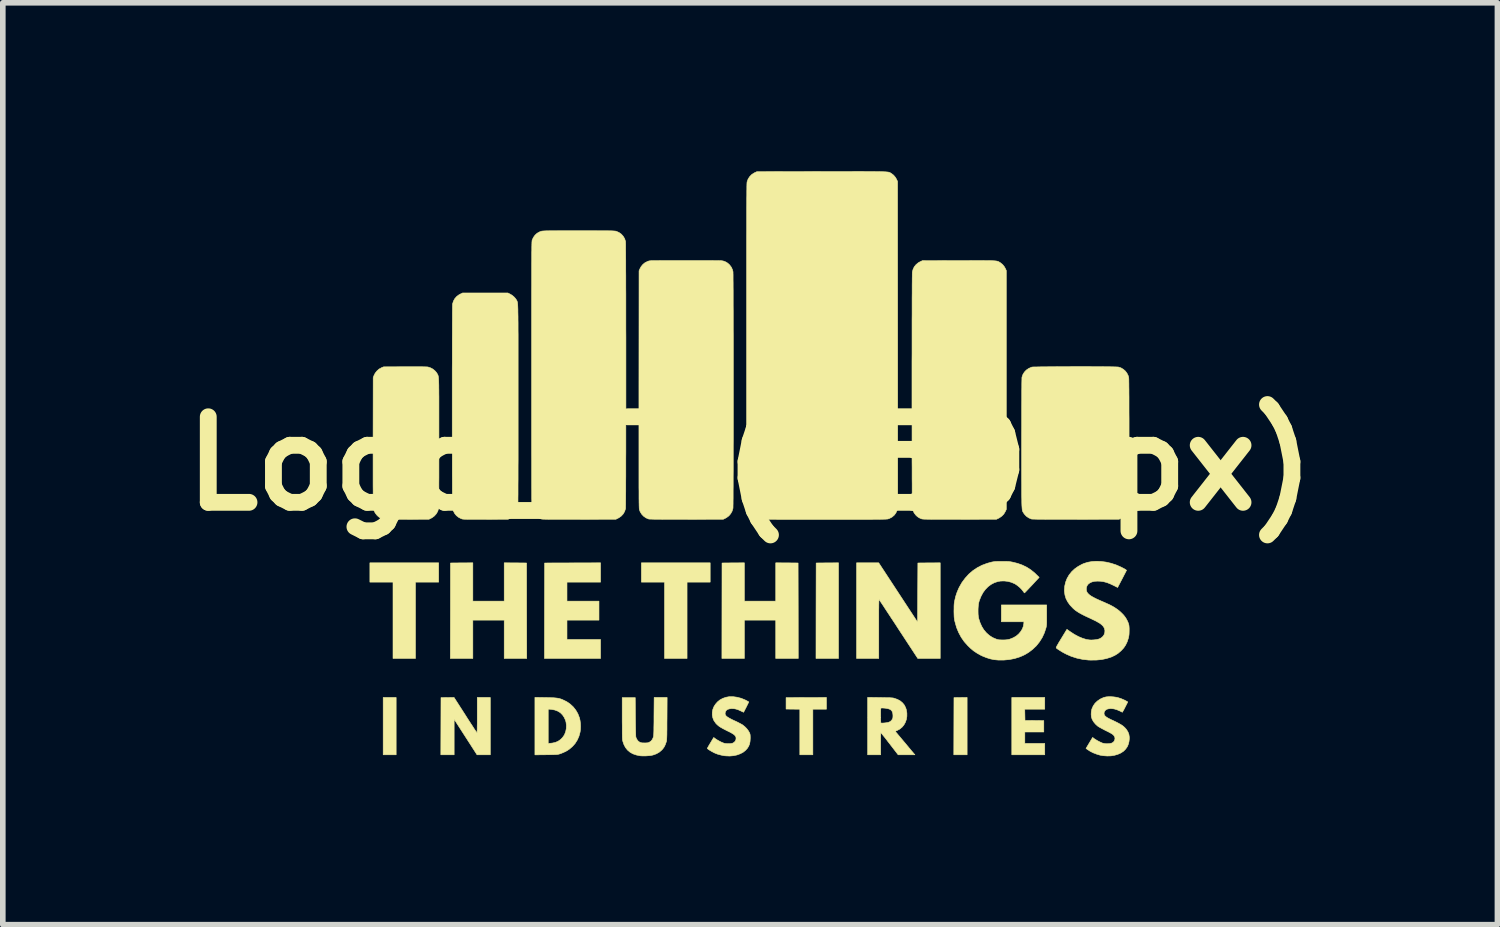
<source format=kicad_pcb>
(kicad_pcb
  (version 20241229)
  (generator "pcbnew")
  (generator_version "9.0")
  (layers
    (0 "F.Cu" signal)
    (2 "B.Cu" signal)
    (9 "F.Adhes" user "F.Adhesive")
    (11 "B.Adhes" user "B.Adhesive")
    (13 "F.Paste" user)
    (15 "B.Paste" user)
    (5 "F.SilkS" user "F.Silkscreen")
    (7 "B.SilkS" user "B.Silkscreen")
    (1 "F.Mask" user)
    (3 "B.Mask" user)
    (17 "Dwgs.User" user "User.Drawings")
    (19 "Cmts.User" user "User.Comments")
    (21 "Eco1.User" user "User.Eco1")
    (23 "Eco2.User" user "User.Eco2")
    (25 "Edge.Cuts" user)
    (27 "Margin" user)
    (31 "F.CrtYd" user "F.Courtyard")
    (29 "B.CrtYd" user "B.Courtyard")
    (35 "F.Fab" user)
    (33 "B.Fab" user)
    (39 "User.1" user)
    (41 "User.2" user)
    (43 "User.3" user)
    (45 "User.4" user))
  (footprint "Logo_TTI(4500px)"
    (layer "F.Cu")
    (at 10.312 5.209)
    (property "Reference" "Logo_TTI(4500px)" (at 0 0 0) (layer "F.SilkS") (effects (font (size 1.524 1.524) (thickness 0.3))))
    (attr through_hole)
    (fp_poly (pts (xy -6.305 5.187) (xy -6.536 5.187) (xy -6.536 4.166) (xy -6.305 4.166) (xy -6.305 5.187)) (stroke (width 0.01) (type solid)) (fill yes) (layer "F.SilkS"))
    (fp_poly (pts (xy 3.866 5.187) (xy 3.629 5.187) (xy 3.632 4.168) (xy 3.866 4.165) (xy 3.866 5.187)) (stroke (width 0.01) (type solid)) (fill yes) (layer "F.SilkS"))
    (fp_poly (pts (xy 1.575 3.471) (xy 1.174 3.471) (xy 1.175 2.62) (xy 1.177 1.77) (xy 1.376 1.768) (xy 1.575 1.767) (xy 1.575 3.471)) (stroke (width 0.01) (type solid)) (fill yes) (layer "F.SilkS"))
    (fp_poly (pts (xy -5.548 2.111) (xy -5.961 2.111) (xy -5.961 3.471) (xy -6.361 3.471) (xy -6.361 2.111) (xy -6.773 2.111) (xy -6.773 1.767) (xy -5.548 1.767) (xy -5.548 2.111)) (stroke (width 0.01) (type solid)) (fill yes) (layer "F.SilkS"))
    (fp_poly (pts (xy -0.711 2.111) (xy -1.123 2.111) (xy -1.123 3.471) (xy -1.524 3.471) (xy -1.524 2.111) (xy -1.936 2.111) (xy -1.936 1.767) (xy -0.711 1.767) (xy -0.711 2.111)) (stroke (width 0.01) (type solid)) (fill yes) (layer "F.SilkS"))
    (fp_poly (pts (xy 1.36 4.374) (xy 1.118 4.374) (xy 1.118 5.187) (xy 0.886 5.187) (xy 0.886 4.375) (xy 0.641 4.372) (xy 0.641 4.168) (xy 1 4.167) (xy 1.36 4.166) (xy 1.36 4.374)) (stroke (width 0.01) (type solid)) (fill yes) (layer "F.SilkS"))
    (fp_poly (pts (xy -2.664 2.111) (xy -3.262 2.111) (xy -3.262 2.45) (xy -2.692 2.45) (xy -2.692 2.788) (xy -3.262 2.788) (xy -3.262 3.133) (xy -2.664 3.133) (xy -2.664 3.471) (xy -3.663 3.471) (xy -3.662 2.62) (xy -3.66 1.77) (xy -2.664 1.767) (xy -2.664 2.111)) (stroke (width 0.01) (type solid)) (fill yes) (layer "F.SilkS"))
    (fp_poly (pts (xy 5.249 4.374) (xy 4.893 4.374) (xy 4.897 4.575) (xy 5.064 4.576) (xy 5.232 4.578) (xy 5.232 4.781) (xy 4.894 4.781) (xy 4.894 4.984) (xy 5.249 4.984) (xy 5.249 5.187) (xy 4.662 5.187) (xy 4.662 4.166) (xy 5.249 4.166) (xy 5.249 4.374)) (stroke (width 0.01) (type solid)) (fill yes) (layer "F.SilkS"))
    (fp_poly (pts (xy -4.181 1.768) (xy -3.982 1.77) (xy -3.981 2.62) (xy -3.979 3.471) (xy -4.38 3.471) (xy -4.38 2.788) (xy -4.939 2.788) (xy -4.939 3.471) (xy -5.34 3.471) (xy -5.338 2.62) (xy -5.337 1.77) (xy -5.138 1.768) (xy -4.939 1.767) (xy -4.939 2.45) (xy -4.38 2.45) (xy -4.38 1.767) (xy -4.181 1.768)) (stroke (width 0.01) (type solid)) (fill yes) (layer "F.SilkS"))
    (fp_poly (pts (xy 0.656 1.768) (xy 0.855 1.77) (xy 0.857 2.62) (xy 0.858 3.471) (xy 0.457 3.471) (xy 0.457 2.788) (xy -0.102 2.788) (xy -0.102 3.471) (xy -0.502 3.471) (xy -0.501 2.62) (xy -0.5 1.77) (xy -0.301 1.768) (xy -0.102 1.767) (xy -0.102 2.45) (xy 0.457 2.45) (xy 0.457 1.767) (xy 0.656 1.768)) (stroke (width 0.01) (type solid)) (fill yes) (layer "F.SilkS"))
    (fp_poly (pts (xy -5.071 4.481) (xy -5.037 4.535) (xy -5.004 4.586) (xy -4.973 4.634) (xy -4.945 4.676) (xy -4.921 4.714) (xy -4.9 4.746) (xy -4.883 4.77) (xy -4.871 4.788) (xy -4.865 4.797) (xy -4.864 4.798) (xy -4.863 4.792) (xy -4.863 4.776) (xy -4.862 4.751) (xy -4.861 4.718) (xy -4.861 4.678) (xy -4.86 4.631) (xy -4.86 4.579) (xy -4.86 4.523) (xy -4.86 4.482) (xy -4.86 4.166) (xy -4.628 4.166) (xy -4.628 5.187) (xy -4.864 5.187) (xy -5.272 4.553) (xy -5.272 5.187) (xy -5.509 5.187) (xy -5.506 4.168) (xy -5.39 4.167) (xy -5.274 4.165) (xy -5.071 4.481)) (stroke (width 0.01) (type solid)) (fill yes) (layer "F.SilkS"))
    (fp_poly (pts (xy 3.387 3.471) (xy 2.988 3.471) (xy 2.647 2.951) (xy 2.602 2.881) (xy 2.558 2.814) (xy 2.516 2.751) (xy 2.477 2.691) (xy 2.44 2.635) (xy 2.407 2.585) (xy 2.378 2.54) (xy 2.352 2.501) (xy 2.331 2.47) (xy 2.315 2.445) (xy 2.305 2.429) (xy 2.299 2.422) (xy 2.299 2.422) (xy 2.298 2.422) (xy 2.297 2.425) (xy 2.296 2.433) (xy 2.295 2.446) (xy 2.294 2.464) (xy 2.294 2.488) (xy 2.293 2.518) (xy 2.293 2.556) (xy 2.292 2.602) (xy 2.292 2.656) (xy 2.292 2.719) (xy 2.292 2.791) (xy 2.292 2.874) (xy 2.292 2.942) (xy 2.292 3.471) (xy 1.897 3.471) (xy 1.897 1.767) (xy 2.291 1.767) (xy 2.637 2.295) (xy 2.983 2.823) (xy 2.986 2.296) (xy 2.989 1.77) (xy 3.188 1.768) (xy 3.387 1.767) (xy 3.387 3.471)) (stroke (width 0.01) (type solid)) (fill yes) (layer "F.SilkS"))
    (fp_poly (pts (xy -3.648 4.167) (xy -3.589 4.168) (xy -3.541 4.17) (xy -3.501 4.171) (xy -3.467 4.174) (xy -3.439 4.177) (xy -3.415 4.181) (xy -3.393 4.186) (xy -3.371 4.193) (xy -3.349 4.201) (xy -3.336 4.207) (xy -3.266 4.241) (xy -3.204 4.284) (xy -3.15 4.334) (xy -3.105 4.391) (xy -3.068 4.455) (xy -3.041 4.525) (xy -3.039 4.53) (xy -3.029 4.575) (xy -3.022 4.628) (xy -3.02 4.682) (xy -3.022 4.735) (xy -3.028 4.781) (xy -3.048 4.855) (xy -3.078 4.923) (xy -3.117 4.985) (xy -3.165 5.039) (xy -3.221 5.087) (xy -3.284 5.127) (xy -3.355 5.158) (xy -3.385 5.169) (xy -3.398 5.173) (xy -3.41 5.176) (xy -3.422 5.179) (xy -3.436 5.181) (xy -3.452 5.182) (xy -3.472 5.183) (xy -3.498 5.184) (xy -3.53 5.185) (xy -3.571 5.185) (xy -3.622 5.186) (xy -3.634 5.186) (xy -3.833 5.188) (xy -3.833 4.985) (xy -3.596 4.985) (xy -3.552 4.981) (xy -3.524 4.978) (xy -3.494 4.972) (xy -3.471 4.967) (xy -3.423 4.947) (xy -3.38 4.918) (xy -3.342 4.881) (xy -3.311 4.837) (xy -3.305 4.826) (xy -3.285 4.774) (xy -3.274 4.719) (xy -3.272 4.661) (xy -3.279 4.605) (xy -3.287 4.575) (xy -3.311 4.521) (xy -3.342 4.475) (xy -3.38 4.437) (xy -3.426 4.409) (xy -3.479 4.389) (xy -3.538 4.378) (xy -3.548 4.377) (xy -3.596 4.373) (xy -3.596 4.985) (xy -3.833 4.985) (xy -3.833 4.164) (xy -3.648 4.167)) (stroke (width 0.01) (type solid)) (fill yes) (layer "F.SilkS"))
    (fp_poly (pts (xy -1.48 4.542) (xy -1.481 4.617) (xy -1.481 4.681) (xy -1.481 4.736) (xy -1.482 4.782) (xy -1.482 4.821) (xy -1.483 4.852) (xy -1.484 4.878) (xy -1.485 4.898) (xy -1.486 4.914) (xy -1.487 4.927) (xy -1.488 4.938) (xy -1.49 4.946) (xy -1.492 4.955) (xy -1.494 4.959) (xy -1.511 5.007) (xy -1.531 5.048) (xy -1.558 5.085) (xy -1.576 5.104) (xy -1.618 5.14) (xy -1.669 5.169) (xy -1.727 5.19) (xy -1.748 5.195) (xy -1.78 5.201) (xy -1.819 5.204) (xy -1.862 5.207) (xy -1.904 5.207) (xy -1.942 5.206) (xy -1.961 5.204) (xy -2.029 5.19) (xy -2.089 5.169) (xy -2.141 5.139) (xy -2.184 5.102) (xy -2.22 5.057) (xy -2.248 5.003) (xy -2.267 4.947) (xy -2.269 4.939) (xy -2.271 4.929) (xy -2.273 4.919) (xy -2.274 4.905) (xy -2.275 4.888) (xy -2.276 4.867) (xy -2.276 4.841) (xy -2.277 4.809) (xy -2.277 4.77) (xy -2.277 4.722) (xy -2.277 4.667) (xy -2.278 4.601) (xy -2.278 4.538) (xy -2.278 4.168) (xy -2.046 4.168) (xy -2.043 4.513) (xy -2.042 4.593) (xy -2.041 4.662) (xy -2.04 4.72) (xy -2.039 4.769) (xy -2.038 4.808) (xy -2.037 4.838) (xy -2.036 4.86) (xy -2.034 4.873) (xy -2.033 4.877) (xy -2.017 4.912) (xy -1.995 4.941) (xy -1.969 4.961) (xy -1.966 4.962) (xy -1.952 4.968) (xy -1.938 4.972) (xy -1.92 4.975) (xy -1.897 4.975) (xy -1.88 4.976) (xy -1.851 4.975) (xy -1.831 4.974) (xy -1.816 4.971) (xy -1.802 4.966) (xy -1.792 4.961) (xy -1.763 4.941) (xy -1.74 4.911) (xy -1.724 4.873) (xy -1.723 4.871) (xy -1.721 4.863) (xy -1.72 4.854) (xy -1.718 4.841) (xy -1.717 4.825) (xy -1.716 4.803) (xy -1.715 4.777) (xy -1.714 4.744) (xy -1.714 4.703) (xy -1.713 4.654) (xy -1.712 4.596) (xy -1.712 4.528) (xy -1.712 4.503) (xy -1.709 4.166) (xy -1.478 4.166) (xy -1.48 4.542)) (stroke (width 0.01) (type solid)) (fill yes) (layer "F.SilkS"))
    (fp_poly (pts (xy 2.313 4.167) (xy 2.371 4.168) (xy 2.419 4.169) (xy 2.457 4.169) (xy 2.488 4.17) (xy 2.513 4.172) (xy 2.532 4.173) (xy 2.547 4.175) (xy 2.559 4.177) (xy 2.565 4.179) (xy 2.625 4.2) (xy 2.676 4.228) (xy 2.717 4.263) (xy 2.75 4.304) (xy 2.773 4.353) (xy 2.783 4.384) (xy 2.793 4.443) (xy 2.793 4.501) (xy 2.784 4.557) (xy 2.766 4.608) (xy 2.74 4.655) (xy 2.706 4.696) (xy 2.664 4.73) (xy 2.615 4.756) (xy 2.615 4.756) (xy 2.585 4.768) (xy 2.736 4.948) (xy 2.77 4.988) (xy 2.802 5.027) (xy 2.831 5.062) (xy 2.858 5.094) (xy 2.88 5.121) (xy 2.898 5.141) (xy 2.909 5.155) (xy 2.912 5.158) (xy 2.936 5.187) (xy 2.638 5.187) (xy 2.486 4.99) (xy 2.454 4.949) (xy 2.425 4.911) (xy 2.398 4.876) (xy 2.374 4.847) (xy 2.355 4.823) (xy 2.341 4.805) (xy 2.332 4.795) (xy 2.33 4.793) (xy 2.329 4.798) (xy 2.328 4.813) (xy 2.327 4.837) (xy 2.326 4.869) (xy 2.326 4.907) (xy 2.326 4.949) (xy 2.326 4.99) (xy 2.326 5.187) (xy 2.094 5.187) (xy 2.094 4.486) (xy 2.326 4.486) (xy 2.326 4.523) (xy 2.326 4.557) (xy 2.327 4.585) (xy 2.328 4.605) (xy 2.329 4.617) (xy 2.33 4.62) (xy 2.337 4.621) (xy 2.353 4.622) (xy 2.375 4.621) (xy 2.4 4.619) (xy 2.424 4.616) (xy 2.446 4.613) (xy 2.463 4.609) (xy 2.464 4.609) (xy 2.496 4.595) (xy 2.519 4.575) (xy 2.534 4.552) (xy 2.541 4.537) (xy 2.544 4.521) (xy 2.545 4.502) (xy 2.545 4.48) (xy 2.541 4.444) (xy 2.531 4.415) (xy 2.515 4.393) (xy 2.492 4.377) (xy 2.46 4.366) (xy 2.418 4.358) (xy 2.403 4.356) (xy 2.377 4.354) (xy 2.355 4.353) (xy 2.34 4.353) (xy 2.335 4.354) (xy 2.332 4.356) (xy 2.33 4.361) (xy 2.328 4.369) (xy 2.327 4.384) (xy 2.326 4.405) (xy 2.326 4.434) (xy 2.326 4.472) (xy 2.326 4.486) (xy 2.094 4.486) (xy 2.094 4.164) (xy 2.313 4.167)) (stroke (width 0.01) (type solid)) (fill yes) (layer "F.SilkS"))
    (fp_poly (pts (xy -5.916 -1.726) (xy -5.86 -1.726) (xy -5.815 -1.725) (xy -5.78 -1.724) (xy -5.755 -1.723) (xy -5.74 -1.722) (xy -5.737 -1.721) (xy -5.694 -1.707) (xy -5.652 -1.685) (xy -5.616 -1.656) (xy -5.586 -1.622) (xy -5.572 -1.599) (xy -5.568 -1.592) (xy -5.565 -1.586) (xy -5.562 -1.581) (xy -5.56 -1.575) (xy -5.558 -1.568) (xy -5.555 -1.56) (xy -5.554 -1.55) (xy -5.552 -1.538) (xy -5.55 -1.523) (xy -5.549 -1.505) (xy -5.548 -1.484) (xy -5.547 -1.458) (xy -5.546 -1.428) (xy -5.545 -1.393) (xy -5.545 -1.352) (xy -5.544 -1.305) (xy -5.544 -1.252) (xy -5.543 -1.191) (xy -5.543 -1.124) (xy -5.543 -1.048) (xy -5.543 -0.964) (xy -5.543 -0.872) (xy -5.543 -0.77) (xy -5.543 -0.658) (xy -5.543 -0.536) (xy -5.543 -0.403) (xy -5.543 -0.369) (xy -5.543 -0.223) (xy -5.543 -0.087) (xy -5.543 0.037) (xy -5.543 0.151) (xy -5.543 0.255) (xy -5.544 0.349) (xy -5.544 0.433) (xy -5.544 0.508) (xy -5.545 0.574) (xy -5.545 0.631) (xy -5.546 0.679) (xy -5.546 0.719) (xy -5.547 0.751) (xy -5.547 0.775) (xy -5.548 0.792) (xy -5.549 0.801) (xy -5.549 0.803) (xy -5.565 0.851) (xy -5.591 0.895) (xy -5.625 0.933) (xy -5.667 0.964) (xy -5.682 0.972) (xy -5.72 0.991) (xy -6.121 0.992) (xy -6.522 0.993) (xy -6.557 0.98) (xy -6.584 0.969) (xy -6.606 0.956) (xy -6.627 0.939) (xy -6.65 0.916) (xy -6.651 0.915) (xy -6.679 0.878) (xy -6.699 0.838) (xy -6.71 0.79) (xy -6.711 0.781) (xy -6.712 0.77) (xy -6.713 0.747) (xy -6.714 0.714) (xy -6.714 0.67) (xy -6.715 0.616) (xy -6.715 0.55) (xy -6.715 0.474) (xy -6.716 0.387) (xy -6.716 0.288) (xy -6.716 0.179) (xy -6.716 0.059) (xy -6.716 -0.073) (xy -6.716 -0.216) (xy -6.716 -0.37) (xy -6.716 -0.398) (xy -6.714 -1.532) (xy -6.702 -1.565) (xy -6.679 -1.611) (xy -6.647 -1.651) (xy -6.609 -1.685) (xy -6.565 -1.709) (xy -6.561 -1.711) (xy -6.528 -1.724) (xy -6.147 -1.726) (xy -6.059 -1.726) (xy -5.982 -1.726) (xy -5.916 -1.726)) (stroke (width 0.01) (type solid)) (fill yes) (layer "F.SilkS"))
    (fp_poly (pts (xy 4.121 -3.618) (xy 4.177 -3.617) (xy 4.224 -3.617) (xy 4.265 -3.616) (xy 4.3 -3.616) (xy 4.329 -3.614) (xy 4.354 -3.613) (xy 4.374 -3.611) (xy 4.39 -3.609) (xy 4.404 -3.606) (xy 4.415 -3.603) (xy 4.424 -3.599) (xy 4.432 -3.595) (xy 4.44 -3.59) (xy 4.449 -3.585) (xy 4.458 -3.579) (xy 4.458 -3.579) (xy 4.498 -3.547) (xy 4.53 -3.507) (xy 4.548 -3.474) (xy 4.564 -3.44) (xy 4.564 0.816) (xy 4.546 0.854) (xy 4.519 0.899) (xy 4.484 0.935) (xy 4.441 0.965) (xy 4.432 0.97) (xy 4.389 0.991) (xy 3.734 0.992) (xy 3.634 0.992) (xy 3.545 0.992) (xy 3.465 0.992) (xy 3.395 0.992) (xy 3.334 0.992) (xy 3.281 0.992) (xy 3.235 0.992) (xy 3.197 0.991) (xy 3.164 0.991) (xy 3.137 0.99) (xy 3.115 0.99) (xy 3.098 0.989) (xy 3.084 0.988) (xy 3.073 0.987) (xy 3.065 0.986) (xy 3.059 0.985) (xy 3.053 0.983) (xy 3.05 0.982) (xy 3.012 0.965) (xy 2.978 0.942) (xy 2.95 0.915) (xy 2.921 0.876) (xy 2.901 0.832) (xy 2.89 0.787) (xy 2.89 0.778) (xy 2.889 0.758) (xy 2.889 0.728) (xy 2.888 0.688) (xy 2.888 0.639) (xy 2.888 0.581) (xy 2.887 0.514) (xy 2.887 0.44) (xy 2.887 0.358) (xy 2.886 0.269) (xy 2.886 0.174) (xy 2.886 0.073) (xy 2.885 -0.034) (xy 2.885 -0.145) (xy 2.885 -0.261) (xy 2.885 -0.381) (xy 2.885 -0.504) (xy 2.885 -0.631) (xy 2.885 -0.76) (xy 2.884 -0.891) (xy 2.884 -1.023) (xy 2.884 -1.157) (xy 2.884 -1.291) (xy 2.884 -1.425) (xy 2.884 -1.559) (xy 2.884 -1.692) (xy 2.884 -1.823) (xy 2.885 -1.953) (xy 2.885 -2.08) (xy 2.885 -2.204) (xy 2.885 -2.325) (xy 2.885 -2.443) (xy 2.885 -2.556) (xy 2.886 -2.664) (xy 2.886 -2.767) (xy 2.886 -2.864) (xy 2.886 -2.955) (xy 2.887 -3.039) (xy 2.887 -3.115) (xy 2.887 -3.185) (xy 2.888 -3.245) (xy 2.888 -3.298) (xy 2.889 -3.341) (xy 2.889 -3.374) (xy 2.89 -3.397) (xy 2.89 -3.41) (xy 2.89 -3.412) (xy 2.903 -3.461) (xy 2.925 -3.507) (xy 2.957 -3.546) (xy 2.997 -3.579) (xy 3.03 -3.597) (xy 3.068 -3.615) (xy 3.711 -3.617) (xy 3.813 -3.617) (xy 3.905 -3.617) (xy 3.986 -3.618) (xy 4.058 -3.618) (xy 4.121 -3.618)) (stroke (width 0.01) (type solid)) (fill yes) (layer "F.SilkS"))
    (fp_poly (pts (xy 6.475 4.155) (xy 6.519 4.161) (xy 6.548 4.167) (xy 6.608 4.186) (xy 6.666 4.211) (xy 6.704 4.231) (xy 6.728 4.245) (xy 6.705 4.291) (xy 6.69 4.32) (xy 6.674 4.352) (xy 6.659 4.381) (xy 6.657 4.384) (xy 6.632 4.429) (xy 6.584 4.405) (xy 6.532 4.383) (xy 6.483 4.369) (xy 6.436 4.364) (xy 6.412 4.364) (xy 6.378 4.369) (xy 6.351 4.377) (xy 6.331 4.392) (xy 6.318 4.408) (xy 6.309 4.426) (xy 6.305 4.444) (xy 6.305 4.446) (xy 6.307 4.465) (xy 6.314 4.483) (xy 6.328 4.499) (xy 6.349 4.516) (xy 6.378 4.534) (xy 6.416 4.553) (xy 6.434 4.562) (xy 6.49 4.588) (xy 6.537 4.611) (xy 6.576 4.632) (xy 6.609 4.651) (xy 6.636 4.669) (xy 6.658 4.687) (xy 6.678 4.706) (xy 6.696 4.726) (xy 6.707 4.74) (xy 6.732 4.781) (xy 6.748 4.822) (xy 6.755 4.868) (xy 6.755 4.907) (xy 6.75 4.95) (xy 6.742 4.985) (xy 6.73 5.019) (xy 6.717 5.046) (xy 6.688 5.087) (xy 6.651 5.124) (xy 6.605 5.154) (xy 6.552 5.178) (xy 6.494 5.195) (xy 6.43 5.206) (xy 6.362 5.208) (xy 6.291 5.203) (xy 6.291 5.203) (xy 6.233 5.193) (xy 6.173 5.175) (xy 6.113 5.152) (xy 6.058 5.124) (xy 6.016 5.097) (xy 5.984 5.074) (xy 6.102 4.877) (xy 6.131 4.9) (xy 6.161 4.919) (xy 6.196 4.94) (xy 6.234 4.959) (xy 6.269 4.975) (xy 6.28 4.979) (xy 6.312 4.986) (xy 6.35 4.99) (xy 6.361 4.99) (xy 6.406 4.987) (xy 6.441 4.979) (xy 6.468 4.964) (xy 6.486 4.943) (xy 6.497 4.916) (xy 6.497 4.916) (xy 6.5 4.897) (xy 6.499 4.883) (xy 6.493 4.866) (xy 6.492 4.864) (xy 6.485 4.851) (xy 6.476 4.839) (xy 6.464 4.827) (xy 6.447 4.815) (xy 6.424 4.801) (xy 6.393 4.784) (xy 6.355 4.765) (xy 6.33 4.753) (xy 6.296 4.735) (xy 6.262 4.717) (xy 6.231 4.7) (xy 6.206 4.685) (xy 6.19 4.674) (xy 6.152 4.639) (xy 6.119 4.599) (xy 6.094 4.556) (xy 6.09 4.545) (xy 6.08 4.51) (xy 6.076 4.468) (xy 6.078 4.425) (xy 6.085 4.384) (xy 6.09 4.367) (xy 6.113 4.315) (xy 6.146 4.268) (xy 6.188 4.228) (xy 6.238 4.194) (xy 6.294 4.168) (xy 6.313 4.162) (xy 6.346 4.155) (xy 6.385 4.152) (xy 6.43 4.152) (xy 6.475 4.155)) (stroke (width 0.01) (type solid)) (fill yes) (layer "F.SilkS"))
    (fp_poly (pts (xy -0.234 4.161) (xy -0.16 4.18) (xy -0.091 4.208) (xy -0.047 4.231) (xy -0.023 4.245) (xy -0.068 4.337) (xy -0.083 4.366) (xy -0.096 4.391) (xy -0.106 4.411) (xy -0.113 4.424) (xy -0.115 4.429) (xy -0.12 4.427) (xy -0.133 4.421) (xy -0.152 4.412) (xy -0.167 4.405) (xy -0.211 4.385) (xy -0.251 4.372) (xy -0.288 4.365) (xy -0.327 4.364) (xy -0.336 4.364) (xy -0.376 4.37) (xy -0.406 4.381) (xy -0.427 4.399) (xy -0.44 4.423) (xy -0.444 4.441) (xy -0.445 4.458) (xy -0.441 4.473) (xy -0.432 4.488) (xy -0.417 4.504) (xy -0.395 4.519) (xy -0.365 4.537) (xy -0.327 4.557) (xy -0.279 4.58) (xy -0.271 4.583) (xy -0.237 4.599) (xy -0.203 4.616) (xy -0.173 4.632) (xy -0.149 4.645) (xy -0.134 4.654) (xy -0.095 4.685) (xy -0.06 4.72) (xy -0.032 4.757) (xy -0.015 4.786) (xy -0.007 4.803) (xy -0.002 4.817) (xy 0.001 4.831) (xy 0.002 4.849) (xy 0.003 4.873) (xy 0.003 4.891) (xy -0.000175 4.946) (xy -0.009 4.993) (xy -0.026 5.035) (xy -0.05 5.073) (xy -0.083 5.109) (xy -0.083 5.109) (xy -0.126 5.143) (xy -0.177 5.169) (xy -0.234 5.19) (xy -0.297 5.203) (xy -0.363 5.209) (xy -0.431 5.206) (xy -0.456 5.204) (xy -0.517 5.192) (xy -0.58 5.175) (xy -0.628 5.156) (xy -0.649 5.146) (xy -0.673 5.133) (xy -0.698 5.119) (xy -0.721 5.105) (xy -0.741 5.092) (xy -0.755 5.081) (xy -0.762 5.074) (xy -0.762 5.073) (xy -0.759 5.066) (xy -0.751 5.052) (xy -0.74 5.032) (xy -0.725 5.006) (xy -0.707 4.977) (xy -0.705 4.973) (xy -0.648 4.878) (xy -0.616 4.902) (xy -0.585 4.922) (xy -0.55 4.942) (xy -0.515 4.96) (xy -0.481 4.974) (xy -0.463 4.981) (xy -0.434 4.986) (xy -0.4 4.989) (xy -0.365 4.989) (xy -0.333 4.985) (xy -0.314 4.981) (xy -0.286 4.966) (xy -0.265 4.944) (xy -0.253 4.918) (xy -0.25 4.889) (xy -0.253 4.871) (xy -0.26 4.856) (xy -0.272 4.841) (xy -0.289 4.825) (xy -0.314 4.809) (xy -0.346 4.79) (xy -0.388 4.769) (xy -0.401 4.763) (xy -0.45 4.738) (xy -0.49 4.717) (xy -0.523 4.698) (xy -0.55 4.681) (xy -0.572 4.663) (xy -0.592 4.645) (xy -0.611 4.625) (xy -0.616 4.618) (xy -0.646 4.574) (xy -0.664 4.528) (xy -0.674 4.478) (xy -0.673 4.429) (xy -0.664 4.379) (xy -0.645 4.331) (xy -0.617 4.286) (xy -0.581 4.245) (xy -0.54 4.211) (xy -0.487 4.182) (xy -0.429 4.162) (xy -0.368 4.151) (xy -0.307 4.151) (xy -0.234 4.161)) (stroke (width 0.01) (type solid)) (fill yes) (layer "F.SilkS"))
    (fp_poly (pts (xy -4.277 -3.021) (xy -4.241 -3) (xy -4.207 -2.972) (xy -4.179 -2.941) (xy -4.163 -2.918) (xy -4.161 -2.913) (xy -4.158 -2.909) (xy -4.155 -2.904) (xy -4.153 -2.9) (xy -4.151 -2.895) (xy -4.149 -2.889) (xy -4.147 -2.882) (xy -4.145 -2.874) (xy -4.143 -2.863) (xy -4.142 -2.85) (xy -4.14 -2.834) (xy -4.139 -2.815) (xy -4.138 -2.793) (xy -4.137 -2.767) (xy -4.136 -2.737) (xy -4.136 -2.702) (xy -4.135 -2.662) (xy -4.134 -2.617) (xy -4.134 -2.566) (xy -4.133 -2.509) (xy -4.133 -2.446) (xy -4.133 -2.376) (xy -4.132 -2.298) (xy -4.132 -2.213) (xy -4.132 -2.121) (xy -4.132 -2.02) (xy -4.132 -1.91) (xy -4.132 -1.791) (xy -4.132 -1.663) (xy -4.132 -1.525) (xy -4.132 -1.377) (xy -4.132 -1.219) (xy -4.132 -1.049) (xy -4.132 -1.027) (xy -4.132 -0.845) (xy -4.132 -0.672) (xy -4.132 -0.507) (xy -4.132 -0.352) (xy -4.132 -0.206) (xy -4.132 -0.069) (xy -4.133 0.058) (xy -4.133 0.176) (xy -4.133 0.284) (xy -4.134 0.382) (xy -4.134 0.47) (xy -4.134 0.548) (xy -4.135 0.615) (xy -4.135 0.672) (xy -4.136 0.718) (xy -4.136 0.753) (xy -4.137 0.778) (xy -4.137 0.791) (xy -4.137 0.793) (xy -4.151 0.84) (xy -4.174 0.884) (xy -4.205 0.923) (xy -4.244 0.956) (xy -4.272 0.972) (xy -4.31 0.991) (xy -4.71 0.992) (xy -4.787 0.992) (xy -4.854 0.992) (xy -4.911 0.992) (xy -4.959 0.992) (xy -4.999 0.992) (xy -5.032 0.992) (xy -5.059 0.991) (xy -5.081 0.991) (xy -5.097 0.99) (xy -5.11 0.989) (xy -5.121 0.988) (xy -5.129 0.986) (xy -5.135 0.984) (xy -5.142 0.982) (xy -5.142 0.982) (xy -5.189 0.959) (xy -5.23 0.928) (xy -5.262 0.889) (xy -5.286 0.844) (xy -5.3 0.796) (xy -5.301 0.788) (xy -5.301 0.768) (xy -5.302 0.739) (xy -5.302 0.7) (xy -5.303 0.651) (xy -5.303 0.594) (xy -5.303 0.529) (xy -5.304 0.456) (xy -5.304 0.376) (xy -5.304 0.29) (xy -5.305 0.197) (xy -5.305 0.099) (xy -5.305 -0.004) (xy -5.305 -0.112) (xy -5.305 -0.223) (xy -5.306 -0.338) (xy -5.306 -0.456) (xy -5.306 -0.577) (xy -5.306 -0.699) (xy -5.306 -0.823) (xy -5.306 -0.947) (xy -5.306 -1.072) (xy -5.306 -1.197) (xy -5.306 -1.321) (xy -5.306 -1.444) (xy -5.306 -1.565) (xy -5.306 -1.683) (xy -5.305 -1.799) (xy -5.305 -1.912) (xy -5.305 -2.02) (xy -5.305 -2.124) (xy -5.305 -2.224) (xy -5.304 -2.318) (xy -5.304 -2.406) (xy -5.304 -2.487) (xy -5.303 -2.562) (xy -5.303 -2.629) (xy -5.303 -2.688) (xy -5.302 -2.738) (xy -5.302 -2.78) (xy -5.301 -2.811) (xy -5.301 -2.833) (xy -5.3 -2.844) (xy -5.3 -2.845) (xy -5.285 -2.894) (xy -5.261 -2.938) (xy -5.228 -2.976) (xy -5.187 -3.007) (xy -5.163 -3.02) (xy -5.122 -3.04) (xy -4.315 -3.04) (xy -4.277 -3.021)) (stroke (width 0.01) (type solid)) (fill yes) (layer "F.SilkS"))
    (fp_poly (pts (xy 5.972 -1.728) (xy 6.05 -1.728) (xy 6.126 -1.727) (xy 6.199 -1.727) (xy 6.267 -1.727) (xy 6.33 -1.726) (xy 6.388 -1.726) (xy 6.438 -1.725) (xy 6.481 -1.724) (xy 6.516 -1.723) (xy 6.541 -1.722) (xy 6.557 -1.721) (xy 6.56 -1.721) (xy 6.606 -1.706) (xy 6.648 -1.681) (xy 6.685 -1.649) (xy 6.714 -1.61) (xy 6.736 -1.566) (xy 6.744 -1.536) (xy 6.745 -1.529) (xy 6.746 -1.514) (xy 6.747 -1.492) (xy 6.747 -1.462) (xy 6.748 -1.425) (xy 6.748 -1.379) (xy 6.749 -1.324) (xy 6.749 -1.261) (xy 6.75 -1.188) (xy 6.75 -1.106) (xy 6.75 -1.015) (xy 6.75 -0.914) (xy 6.751 -0.802) (xy 6.751 -0.681) (xy 6.751 -0.548) (xy 6.751 -0.405) (xy 6.751 -0.362) (xy 6.751 -0.226) (xy 6.751 -0.101) (xy 6.751 0.014) (xy 6.751 0.119) (xy 6.751 0.214) (xy 6.751 0.301) (xy 6.75 0.379) (xy 6.75 0.449) (xy 6.75 0.512) (xy 6.75 0.567) (xy 6.749 0.616) (xy 6.748 0.659) (xy 6.748 0.696) (xy 6.747 0.728) (xy 6.746 0.755) (xy 6.744 0.778) (xy 6.743 0.797) (xy 6.741 0.813) (xy 6.739 0.825) (xy 6.737 0.836) (xy 6.735 0.844) (xy 6.732 0.852) (xy 6.729 0.858) (xy 6.726 0.863) (xy 6.722 0.869) (xy 6.718 0.875) (xy 6.715 0.88) (xy 6.685 0.919) (xy 6.646 0.952) (xy 6.61 0.973) (xy 6.573 0.991) (xy 5.802 0.992) (xy 5.689 0.992) (xy 5.587 0.992) (xy 5.494 0.992) (xy 5.412 0.992) (xy 5.339 0.992) (xy 5.274 0.992) (xy 5.219 0.991) (xy 5.17 0.991) (xy 5.13 0.991) (xy 5.096 0.99) (xy 5.068 0.989) (xy 5.046 0.989) (xy 5.03 0.988) (xy 5.018 0.987) (xy 5.011 0.986) (xy 5.009 0.986) (xy 4.962 0.965) (xy 4.92 0.936) (xy 4.886 0.899) (xy 4.873 0.88) (xy 4.869 0.873) (xy 4.865 0.867) (xy 4.862 0.862) (xy 4.858 0.856) (xy 4.856 0.85) (xy 4.853 0.843) (xy 4.851 0.834) (xy 4.848 0.823) (xy 4.847 0.809) (xy 4.845 0.793) (xy 4.844 0.773) (xy 4.842 0.749) (xy 4.841 0.721) (xy 4.84 0.688) (xy 4.84 0.65) (xy 4.839 0.606) (xy 4.838 0.556) (xy 4.838 0.499) (xy 4.838 0.435) (xy 4.838 0.363) (xy 4.837 0.284) (xy 4.837 0.195) (xy 4.837 0.098) (xy 4.837 -0.009) (xy 4.837 -0.126) (xy 4.837 -0.253) (xy 4.837 -0.367) (xy 4.837 -0.519) (xy 4.838 -0.661) (xy 4.838 -0.793) (xy 4.838 -0.914) (xy 4.838 -1.025) (xy 4.839 -1.126) (xy 4.839 -1.215) (xy 4.839 -1.294) (xy 4.84 -1.362) (xy 4.84 -1.42) (xy 4.841 -1.466) (xy 4.842 -1.501) (xy 4.842 -1.525) (xy 4.843 -1.538) (xy 4.843 -1.54) (xy 4.86 -1.588) (xy 4.886 -1.63) (xy 4.92 -1.666) (xy 4.962 -1.695) (xy 5.009 -1.716) (xy 5.021 -1.72) (xy 5.03 -1.721) (xy 5.05 -1.722) (xy 5.08 -1.722) (xy 5.119 -1.723) (xy 5.165 -1.724) (xy 5.219 -1.725) (xy 5.279 -1.725) (xy 5.345 -1.726) (xy 5.415 -1.726) (xy 5.489 -1.727) (xy 5.567 -1.727) (xy 5.647 -1.727) (xy 5.728 -1.728) (xy 5.809 -1.728) (xy 5.891 -1.728) (xy 5.972 -1.728)) (stroke (width 0.01) (type solid)) (fill yes) (layer "F.SilkS"))
    (fp_poly (pts (xy -1.041 -3.618) (xy -0.953 -3.618) (xy -0.875 -3.618) (xy -0.807 -3.618) (xy -0.747 -3.618) (xy -0.696 -3.618) (xy -0.651 -3.617) (xy -0.614 -3.617) (xy -0.582 -3.617) (xy -0.556 -3.616) (xy -0.535 -3.615) (xy -0.518 -3.615) (xy -0.505 -3.614) (xy -0.495 -3.613) (xy -0.486 -3.611) (xy -0.48 -3.61) (xy -0.474 -3.608) (xy -0.468 -3.607) (xy -0.468 -3.607) (xy -0.432 -3.592) (xy -0.403 -3.574) (xy -0.375 -3.55) (xy -0.365 -3.54) (xy -0.334 -3.499) (xy -0.313 -3.452) (xy -0.305 -3.421) (xy -0.304 -3.413) (xy -0.304 -3.393) (xy -0.303 -3.364) (xy -0.303 -3.325) (xy -0.303 -3.276) (xy -0.302 -3.219) (xy -0.302 -3.153) (xy -0.301 -3.079) (xy -0.301 -2.998) (xy -0.301 -2.91) (xy -0.301 -2.816) (xy -0.3 -2.715) (xy -0.3 -2.609) (xy -0.3 -2.498) (xy -0.3 -2.383) (xy -0.299 -2.263) (xy -0.299 -2.14) (xy -0.299 -2.014) (xy -0.299 -1.885) (xy -0.299 -1.755) (xy -0.299 -1.622) (xy -0.299 -1.489) (xy -0.299 -1.355) (xy -0.299 -1.22) (xy -0.299 -1.086) (xy -0.299 -0.953) (xy -0.299 -0.822) (xy -0.299 -0.691) (xy -0.299 -0.564) (xy -0.299 -0.439) (xy -0.3 -0.317) (xy -0.3 -0.199) (xy -0.3 -0.085) (xy -0.3 0.024) (xy -0.3 0.128) (xy -0.301 0.227) (xy -0.301 0.319) (xy -0.301 0.404) (xy -0.302 0.483) (xy -0.302 0.554) (xy -0.302 0.617) (xy -0.303 0.671) (xy -0.303 0.716) (xy -0.304 0.752) (xy -0.304 0.777) (xy -0.305 0.793) (xy -0.305 0.796) (xy -0.32 0.846) (xy -0.345 0.891) (xy -0.378 0.93) (xy -0.419 0.961) (xy -0.439 0.972) (xy -0.477 0.991) (xy -1.132 0.992) (xy -1.236 0.992) (xy -1.33 0.992) (xy -1.413 0.992) (xy -1.487 0.992) (xy -1.551 0.992) (xy -1.607 0.991) (xy -1.655 0.991) (xy -1.695 0.991) (xy -1.728 0.99) (xy -1.755 0.989) (xy -1.776 0.989) (xy -1.791 0.988) (xy -1.802 0.987) (xy -1.808 0.986) (xy -1.809 0.986) (xy -1.857 0.965) (xy -1.899 0.935) (xy -1.933 0.898) (xy -1.959 0.855) (xy -1.973 0.815) (xy -1.973 0.812) (xy -1.974 0.806) (xy -1.975 0.799) (xy -1.975 0.789) (xy -1.976 0.776) (xy -1.976 0.761) (xy -1.977 0.742) (xy -1.977 0.719) (xy -1.978 0.693) (xy -1.978 0.662) (xy -1.979 0.626) (xy -1.979 0.586) (xy -1.979 0.54) (xy -1.979 0.488) (xy -1.98 0.43) (xy -1.98 0.366) (xy -1.98 0.295) (xy -1.98 0.218) (xy -1.98 0.132) (xy -1.98 0.04) (xy -1.98 -0.061) (xy -1.98 -0.171) (xy -1.98 -0.289) (xy -1.98 -0.416) (xy -1.98 -0.552) (xy -1.98 -0.698) (xy -1.98 -0.854) (xy -1.98 -1.021) (xy -1.98 -1.198) (xy -1.98 -1.327) (xy -1.978 -3.435) (xy -1.966 -3.464) (xy -1.942 -3.509) (xy -1.91 -3.548) (xy -1.871 -3.58) (xy -1.826 -3.602) (xy -1.813 -3.607) (xy -1.807 -3.609) (xy -1.801 -3.61) (xy -1.794 -3.612) (xy -1.785 -3.613) (xy -1.774 -3.614) (xy -1.76 -3.615) (xy -1.742 -3.615) (xy -1.72 -3.616) (xy -1.693 -3.617) (xy -1.661 -3.617) (xy -1.623 -3.617) (xy -1.577 -3.618) (xy -1.525 -3.618) (xy -1.464 -3.618) (xy -1.394 -3.618) (xy -1.315 -3.618) (xy -1.226 -3.618) (xy -1.139 -3.618) (xy -1.041 -3.618)) (stroke (width 0.01) (type solid)) (fill yes) (layer "F.SilkS"))
    (fp_poly (pts (xy 6.254 1.743) (xy 6.34 1.754) (xy 6.427 1.774) (xy 6.514 1.802) (xy 6.517 1.803) (xy 6.545 1.815) (xy 6.577 1.829) (xy 6.61 1.844) (xy 6.641 1.86) (xy 6.668 1.874) (xy 6.688 1.886) (xy 6.693 1.89) (xy 6.706 1.9) (xy 6.627 2.053) (xy 6.547 2.206) (xy 6.478 2.171) (xy 6.414 2.141) (xy 6.355 2.118) (xy 6.298 2.103) (xy 6.243 2.095) (xy 6.189 2.093) (xy 6.136 2.096) (xy 6.091 2.107) (xy 6.053 2.124) (xy 6.023 2.147) (xy 6.002 2.176) (xy 5.991 2.21) (xy 5.989 2.234) (xy 5.991 2.258) (xy 5.997 2.279) (xy 6.008 2.3) (xy 6.026 2.32) (xy 6.049 2.341) (xy 6.08 2.362) (xy 6.119 2.384) (xy 6.166 2.408) (xy 6.223 2.434) (xy 6.29 2.463) (xy 6.292 2.464) (xy 6.36 2.494) (xy 6.418 2.521) (xy 6.468 2.548) (xy 6.511 2.575) (xy 6.55 2.602) (xy 6.586 2.631) (xy 6.62 2.663) (xy 6.621 2.664) (xy 6.652 2.696) (xy 6.676 2.726) (xy 6.697 2.757) (xy 6.716 2.792) (xy 6.719 2.798) (xy 6.732 2.826) (xy 6.741 2.851) (xy 6.748 2.875) (xy 6.751 2.902) (xy 6.753 2.935) (xy 6.753 2.975) (xy 6.752 3.011) (xy 6.751 3.039) (xy 6.748 3.063) (xy 6.744 3.086) (xy 6.738 3.111) (xy 6.717 3.175) (xy 6.69 3.231) (xy 6.656 3.282) (xy 6.612 3.33) (xy 6.601 3.34) (xy 6.553 3.381) (xy 6.5 3.414) (xy 6.441 3.442) (xy 6.431 3.446) (xy 6.349 3.472) (xy 6.262 3.49) (xy 6.169 3.499) (xy 6.069 3.5) (xy 6.03 3.499) (xy 5.925 3.487) (xy 5.821 3.465) (xy 5.719 3.432) (xy 5.639 3.397) (xy 5.611 3.383) (xy 5.579 3.366) (xy 5.548 3.348) (xy 5.518 3.329) (xy 5.491 3.312) (xy 5.47 3.297) (xy 5.456 3.286) (xy 5.454 3.283) (xy 5.453 3.279) (xy 5.454 3.272) (xy 5.46 3.259) (xy 5.469 3.242) (xy 5.483 3.218) (xy 5.501 3.186) (xy 5.525 3.147) (xy 5.532 3.135) (xy 5.555 3.098) (xy 5.576 3.063) (xy 5.595 3.032) (xy 5.611 3.006) (xy 5.623 2.986) (xy 5.63 2.974) (xy 5.631 2.973) (xy 5.644 2.952) (xy 5.699 2.991) (xy 5.777 3.042) (xy 5.852 3.082) (xy 5.924 3.112) (xy 5.993 3.133) (xy 6.048 3.141) (xy 6.082 3.142) (xy 6.121 3.14) (xy 6.161 3.136) (xy 6.197 3.129) (xy 6.223 3.121) (xy 6.258 3.102) (xy 6.286 3.077) (xy 6.307 3.046) (xy 6.318 3.012) (xy 6.321 2.975) (xy 6.313 2.939) (xy 6.308 2.927) (xy 6.296 2.906) (xy 6.28 2.886) (xy 6.258 2.866) (xy 6.231 2.845) (xy 6.195 2.824) (xy 6.152 2.8) (xy 6.099 2.775) (xy 6.071 2.761) (xy 6.01 2.733) (xy 5.959 2.709) (xy 5.916 2.687) (xy 5.879 2.667) (xy 5.848 2.649) (xy 5.821 2.631) (xy 5.796 2.614) (xy 5.773 2.595) (xy 5.752 2.576) (xy 5.7 2.521) (xy 5.659 2.464) (xy 5.628 2.405) (xy 5.609 2.342) (xy 5.6 2.277) (xy 5.599 2.254) (xy 5.605 2.181) (xy 5.621 2.111) (xy 5.647 2.045) (xy 5.682 1.984) (xy 5.727 1.927) (xy 5.781 1.876) (xy 5.843 1.832) (xy 5.912 1.794) (xy 5.949 1.778) (xy 6.017 1.757) (xy 6.092 1.744) (xy 6.171 1.739) (xy 6.254 1.743)) (stroke (width 0.01) (type solid)) (fill yes) (layer "F.SilkS"))
    (fp_poly (pts (xy 4.528 1.742) (xy 4.563 1.742) (xy 4.592 1.743) (xy 4.616 1.745) (xy 4.638 1.748) (xy 4.66 1.752) (xy 4.672 1.754) (xy 4.765 1.777) (xy 4.851 1.808) (xy 4.929 1.846) (xy 5.002 1.893) (xy 5.071 1.949) (xy 5.093 1.971) (xy 5.15 2.026) (xy 5.125 2.053) (xy 5.098 2.082) (xy 5.069 2.113) (xy 5.04 2.145) (xy 5.01 2.177) (xy 4.981 2.207) (xy 4.955 2.235) (xy 4.931 2.26) (xy 4.912 2.28) (xy 4.898 2.294) (xy 4.89 2.302) (xy 4.888 2.303) (xy 4.883 2.299) (xy 4.874 2.287) (xy 4.863 2.272) (xy 4.835 2.237) (xy 4.801 2.203) (xy 4.763 2.172) (xy 4.725 2.146) (xy 4.715 2.14) (xy 4.654 2.114) (xy 4.59 2.097) (xy 4.525 2.09) (xy 4.461 2.092) (xy 4.418 2.099) (xy 4.353 2.12) (xy 4.294 2.151) (xy 4.24 2.191) (xy 4.191 2.241) (xy 4.149 2.298) (xy 4.114 2.363) (xy 4.085 2.435) (xy 4.074 2.473) (xy 4.068 2.505) (xy 4.064 2.545) (xy 4.061 2.59) (xy 4.061 2.637) (xy 4.062 2.682) (xy 4.066 2.722) (xy 4.071 2.753) (xy 4.095 2.829) (xy 4.126 2.899) (xy 4.164 2.961) (xy 4.21 3.015) (xy 4.262 3.061) (xy 4.319 3.098) (xy 4.382 3.125) (xy 4.384 3.126) (xy 4.405 3.132) (xy 4.423 3.137) (xy 4.442 3.139) (xy 4.466 3.14) (xy 4.498 3.141) (xy 4.501 3.141) (xy 4.547 3.14) (xy 4.585 3.136) (xy 4.619 3.129) (xy 4.653 3.117) (xy 4.69 3.101) (xy 4.696 3.098) (xy 4.743 3.07) (xy 4.785 3.034) (xy 4.82 2.993) (xy 4.848 2.948) (xy 4.867 2.9) (xy 4.876 2.851) (xy 4.877 2.833) (xy 4.877 2.817) (xy 4.476 2.817) (xy 4.476 2.517) (xy 5.283 2.517) (xy 5.283 2.7) (xy 5.283 2.751) (xy 5.283 2.792) (xy 5.283 2.825) (xy 5.282 2.851) (xy 5.281 2.871) (xy 5.279 2.888) (xy 5.277 2.901) (xy 5.274 2.914) (xy 5.272 2.924) (xy 5.242 3.015) (xy 5.203 3.099) (xy 5.155 3.175) (xy 5.099 3.245) (xy 5.034 3.307) (xy 4.966 3.359) (xy 4.926 3.384) (xy 4.891 3.404) (xy 4.856 3.421) (xy 4.815 3.438) (xy 4.798 3.445) (xy 4.711 3.472) (xy 4.618 3.49) (xy 4.523 3.499) (xy 4.427 3.499) (xy 4.42 3.499) (xy 4.347 3.492) (xy 4.279 3.478) (xy 4.212 3.457) (xy 4.142 3.429) (xy 4.112 3.415) (xy 4.044 3.377) (xy 3.981 3.335) (xy 3.922 3.285) (xy 3.879 3.243) (xy 3.814 3.17) (xy 3.76 3.092) (xy 3.715 3.008) (xy 3.678 2.919) (xy 3.651 2.822) (xy 3.645 2.8) (xy 3.641 2.777) (xy 3.638 2.756) (xy 3.635 2.734) (xy 3.634 2.708) (xy 3.633 2.677) (xy 3.632 2.637) (xy 3.632 2.622) (xy 3.633 2.579) (xy 3.633 2.545) (xy 3.634 2.518) (xy 3.636 2.494) (xy 3.639 2.472) (xy 3.643 2.449) (xy 3.645 2.44) (xy 3.662 2.366) (xy 3.684 2.299) (xy 3.711 2.234) (xy 3.725 2.204) (xy 3.774 2.118) (xy 3.832 2.04) (xy 3.896 1.969) (xy 3.968 1.907) (xy 4.047 1.854) (xy 4.132 1.81) (xy 4.223 1.776) (xy 4.303 1.754) (xy 4.324 1.75) (xy 4.344 1.747) (xy 4.365 1.744) (xy 4.389 1.743) (xy 4.419 1.742) (xy 4.456 1.742) (xy 4.485 1.742) (xy 4.528 1.742)) (stroke (width 0.01) (type solid)) (fill yes) (layer "F.SilkS"))
    (fp_poly (pts (xy 2.013 -5.204) (xy 2.083 -5.203) (xy 2.146 -5.203) (xy 2.202 -5.203) (xy 2.251 -5.202) (xy 2.294 -5.202) (xy 2.331 -5.201) (xy 2.363 -5.2) (xy 2.391 -5.199) (xy 2.414 -5.198) (xy 2.433 -5.196) (xy 2.449 -5.195) (xy 2.462 -5.193) (xy 2.472 -5.191) (xy 2.481 -5.188) (xy 2.488 -5.186) (xy 2.494 -5.183) (xy 2.5 -5.179) (xy 2.505 -5.176) (xy 2.511 -5.172) (xy 2.517 -5.169) (xy 2.556 -5.139) (xy 2.589 -5.1) (xy 2.61 -5.063) (xy 2.627 -5.026) (xy 2.629 -2.115) (xy 2.63 0.796) (xy 2.619 0.831) (xy 2.597 0.879) (xy 2.567 0.919) (xy 2.528 0.952) (xy 2.483 0.976) (xy 2.468 0.982) (xy 2.464 0.983) (xy 2.459 0.984) (xy 2.454 0.986) (xy 2.448 0.987) (xy 2.441 0.987) (xy 2.431 0.988) (xy 2.419 0.989) (xy 2.404 0.99) (xy 2.386 0.99) (xy 2.363 0.991) (xy 2.336 0.991) (xy 2.305 0.992) (xy 2.268 0.992) (xy 2.225 0.992) (xy 2.176 0.993) (xy 2.12 0.993) (xy 2.057 0.993) (xy 1.986 0.993) (xy 1.908 0.993) (xy 1.82 0.993) (xy 1.724 0.993) (xy 1.617 0.993) (xy 1.501 0.993) (xy 1.375 0.993) (xy 1.283 0.993) (xy 1.148 0.993) (xy 1.025 0.993) (xy 0.912 0.993) (xy 0.808 0.993) (xy 0.715 0.993) (xy 0.63 0.993) (xy 0.553 0.993) (xy 0.485 0.993) (xy 0.424 0.992) (xy 0.37 0.992) (xy 0.323 0.992) (xy 0.282 0.991) (xy 0.247 0.991) (xy 0.217 0.991) (xy 0.191 0.99) (xy 0.17 0.99) (xy 0.153 0.989) (xy 0.139 0.988) (xy 0.129 0.987) (xy 0.12 0.987) (xy 0.114 0.986) (xy 0.109 0.985) (xy 0.105 0.983) (xy 0.104 0.983) (xy 0.057 0.961) (xy 0.016 0.93) (xy -0.017 0.892) (xy -0.042 0.847) (xy -0.056 0.803) (xy -0.056 0.797) (xy -0.057 0.785) (xy -0.057 0.766) (xy -0.058 0.74) (xy -0.058 0.707) (xy -0.058 0.666) (xy -0.059 0.618) (xy -0.059 0.563) (xy -0.059 0.499) (xy -0.06 0.428) (xy -0.06 0.348) (xy -0.06 0.26) (xy -0.061 0.163) (xy -0.061 0.058) (xy -0.061 -0.057) (xy -0.061 -0.181) (xy -0.061 -0.314) (xy -0.062 -0.456) (xy -0.062 -0.608) (xy -0.062 -0.77) (xy -0.062 -0.942) (xy -0.062 -1.125) (xy -0.062 -1.318) (xy -0.062 -1.521) (xy -0.062 -1.735) (xy -0.062 -1.961) (xy -0.062 -2.107) (xy -0.062 -2.324) (xy -0.062 -2.53) (xy -0.062 -2.726) (xy -0.062 -2.911) (xy -0.062 -3.085) (xy -0.062 -3.25) (xy -0.062 -3.406) (xy -0.062 -3.552) (xy -0.062 -3.689) (xy -0.062 -3.817) (xy -0.062 -3.937) (xy -0.062 -4.048) (xy -0.061 -4.152) (xy -0.061 -4.248) (xy -0.061 -4.337) (xy -0.061 -4.419) (xy -0.061 -4.494) (xy -0.061 -4.563) (xy -0.06 -4.626) (xy -0.06 -4.682) (xy -0.06 -4.733) (xy -0.059 -4.779) (xy -0.059 -4.82) (xy -0.059 -4.856) (xy -0.058 -4.888) (xy -0.058 -4.915) (xy -0.058 -4.939) (xy -0.057 -4.959) (xy -0.057 -4.975) (xy -0.056 -4.989) (xy -0.056 -5) (xy -0.055 -5.008) (xy -0.054 -5.014) (xy -0.054 -5.019) (xy -0.053 -5.021) (xy -0.035 -5.07) (xy -0.007 -5.113) (xy 0.029 -5.15) (xy 0.074 -5.179) (xy 0.083 -5.183) (xy 0.121 -5.201) (xy 1.27 -5.203) (xy 1.406 -5.203) (xy 1.531 -5.203) (xy 1.647 -5.203) (xy 1.752 -5.203) (xy 1.848 -5.204) (xy 1.935 -5.204) (xy 2.013 -5.204)) (stroke (width 0.01) (type solid)) (fill yes) (layer "F.SilkS"))
    (fp_poly (pts (xy -2.955 -4.149) (xy -2.867 -4.149) (xy -2.789 -4.149) (xy -2.721 -4.148) (xy -2.661 -4.148) (xy -2.609 -4.148) (xy -2.565 -4.148) (xy -2.527 -4.148) (xy -2.496 -4.147) (xy -2.47 -4.147) (xy -2.449 -4.146) (xy -2.432 -4.145) (xy -2.418 -4.144) (xy -2.407 -4.143) (xy -2.399 -4.142) (xy -2.392 -4.141) (xy -2.386 -4.139) (xy -2.382 -4.138) (xy -2.335 -4.117) (xy -2.294 -4.088) (xy -2.261 -4.051) (xy -2.235 -4.008) (xy -2.219 -3.959) (xy -2.219 -3.958) (xy -2.218 -3.95) (xy -2.218 -3.931) (xy -2.217 -3.901) (xy -2.217 -3.862) (xy -2.217 -3.813) (xy -2.216 -3.756) (xy -2.216 -3.689) (xy -2.215 -3.615) (xy -2.215 -3.533) (xy -2.215 -3.444) (xy -2.214 -3.348) (xy -2.214 -3.245) (xy -2.214 -3.137) (xy -2.213 -3.024) (xy -2.213 -2.905) (xy -2.213 -2.782) (xy -2.213 -2.655) (xy -2.213 -2.525) (xy -2.213 -2.392) (xy -2.212 -2.255) (xy -2.212 -2.117) (xy -2.212 -1.977) (xy -2.212 -1.835) (xy -2.212 -1.693) (xy -2.212 -1.551) (xy -2.212 -1.408) (xy -2.212 -1.266) (xy -2.212 -1.125) (xy -2.212 -0.986) (xy -2.212 -0.848) (xy -2.213 -0.713) (xy -2.213 -0.581) (xy -2.213 -0.451) (xy -2.213 -0.326) (xy -2.213 -0.205) (xy -2.214 -0.088) (xy -2.214 0.023) (xy -2.214 0.129) (xy -2.214 0.229) (xy -2.215 0.323) (xy -2.215 0.409) (xy -2.215 0.489) (xy -2.216 0.56) (xy -2.216 0.623) (xy -2.217 0.678) (xy -2.217 0.723) (xy -2.218 0.758) (xy -2.218 0.784) (xy -2.219 0.799) (xy -2.219 0.803) (xy -2.235 0.852) (xy -2.26 0.896) (xy -2.295 0.934) (xy -2.337 0.964) (xy -2.351 0.971) (xy -2.39 0.991) (xy -3.045 0.992) (xy -3.145 0.992) (xy -3.235 0.992) (xy -3.314 0.992) (xy -3.384 0.992) (xy -3.445 0.992) (xy -3.498 0.992) (xy -3.544 0.992) (xy -3.583 0.992) (xy -3.615 0.991) (xy -3.642 0.991) (xy -3.664 0.99) (xy -3.682 0.99) (xy -3.696 0.989) (xy -3.706 0.988) (xy -3.715 0.987) (xy -3.721 0.985) (xy -3.727 0.984) (xy -3.729 0.983) (xy -3.773 0.962) (xy -3.812 0.933) (xy -3.846 0.898) (xy -3.872 0.857) (xy -3.882 0.834) (xy -3.882 0.831) (xy -3.883 0.828) (xy -3.884 0.824) (xy -3.885 0.818) (xy -3.885 0.811) (xy -3.886 0.802) (xy -3.886 0.79) (xy -3.887 0.777) (xy -3.888 0.76) (xy -3.888 0.74) (xy -3.888 0.716) (xy -3.889 0.689) (xy -3.889 0.658) (xy -3.89 0.622) (xy -3.89 0.581) (xy -3.89 0.535) (xy -3.89 0.484) (xy -3.891 0.426) (xy -3.891 0.363) (xy -3.891 0.294) (xy -3.891 0.217) (xy -3.891 0.134) (xy -3.891 0.043) (xy -3.891 -0.055) (xy -3.892 -0.162) (xy -3.892 -0.277) (xy -3.892 -0.4) (xy -3.892 -0.533) (xy -3.892 -0.674) (xy -3.892 -0.826) (xy -3.892 -0.987) (xy -3.892 -1.158) (xy -3.892 -1.341) (xy -3.892 -1.534) (xy -3.892 -1.575) (xy -3.892 -1.77) (xy -3.892 -1.954) (xy -3.892 -2.128) (xy -3.892 -2.291) (xy -3.892 -2.445) (xy -3.892 -2.589) (xy -3.892 -2.723) (xy -3.892 -2.848) (xy -3.892 -2.965) (xy -3.892 -3.073) (xy -3.891 -3.173) (xy -3.891 -3.265) (xy -3.891 -3.35) (xy -3.891 -3.428) (xy -3.891 -3.499) (xy -3.891 -3.563) (xy -3.89 -3.622) (xy -3.89 -3.674) (xy -3.89 -3.721) (xy -3.89 -3.763) (xy -3.889 -3.8) (xy -3.889 -3.833) (xy -3.889 -3.861) (xy -3.888 -3.885) (xy -3.888 -3.906) (xy -3.887 -3.923) (xy -3.887 -3.938) (xy -3.886 -3.95) (xy -3.885 -3.959) (xy -3.885 -3.967) (xy -3.884 -3.973) (xy -3.883 -3.977) (xy -3.883 -3.981) (xy -3.882 -3.984) (xy -3.881 -3.985) (xy -3.86 -4.03) (xy -3.831 -4.07) (xy -3.794 -4.104) (xy -3.751 -4.128) (xy -3.727 -4.137) (xy -3.721 -4.139) (xy -3.715 -4.141) (xy -3.708 -4.142) (xy -3.699 -4.143) (xy -3.688 -4.144) (xy -3.674 -4.145) (xy -3.657 -4.146) (xy -3.636 -4.147) (xy -3.609 -4.147) (xy -3.578 -4.148) (xy -3.54 -4.148) (xy -3.495 -4.148) (xy -3.443 -4.148) (xy -3.383 -4.149) (xy -3.314 -4.149) (xy -3.236 -4.149) (xy -3.147 -4.149) (xy -3.054 -4.149) (xy -2.955 -4.149)) (stroke (width 0.01) (type solid)) (fill yes) (layer "F.SilkS")))
  (gr_rect
    (start -3 -3)
    (end 23.625 13.422)
    (stroke (width 0.1) (type default))
    (fill no)
    (layer "Edge.Cuts")))
</source>
